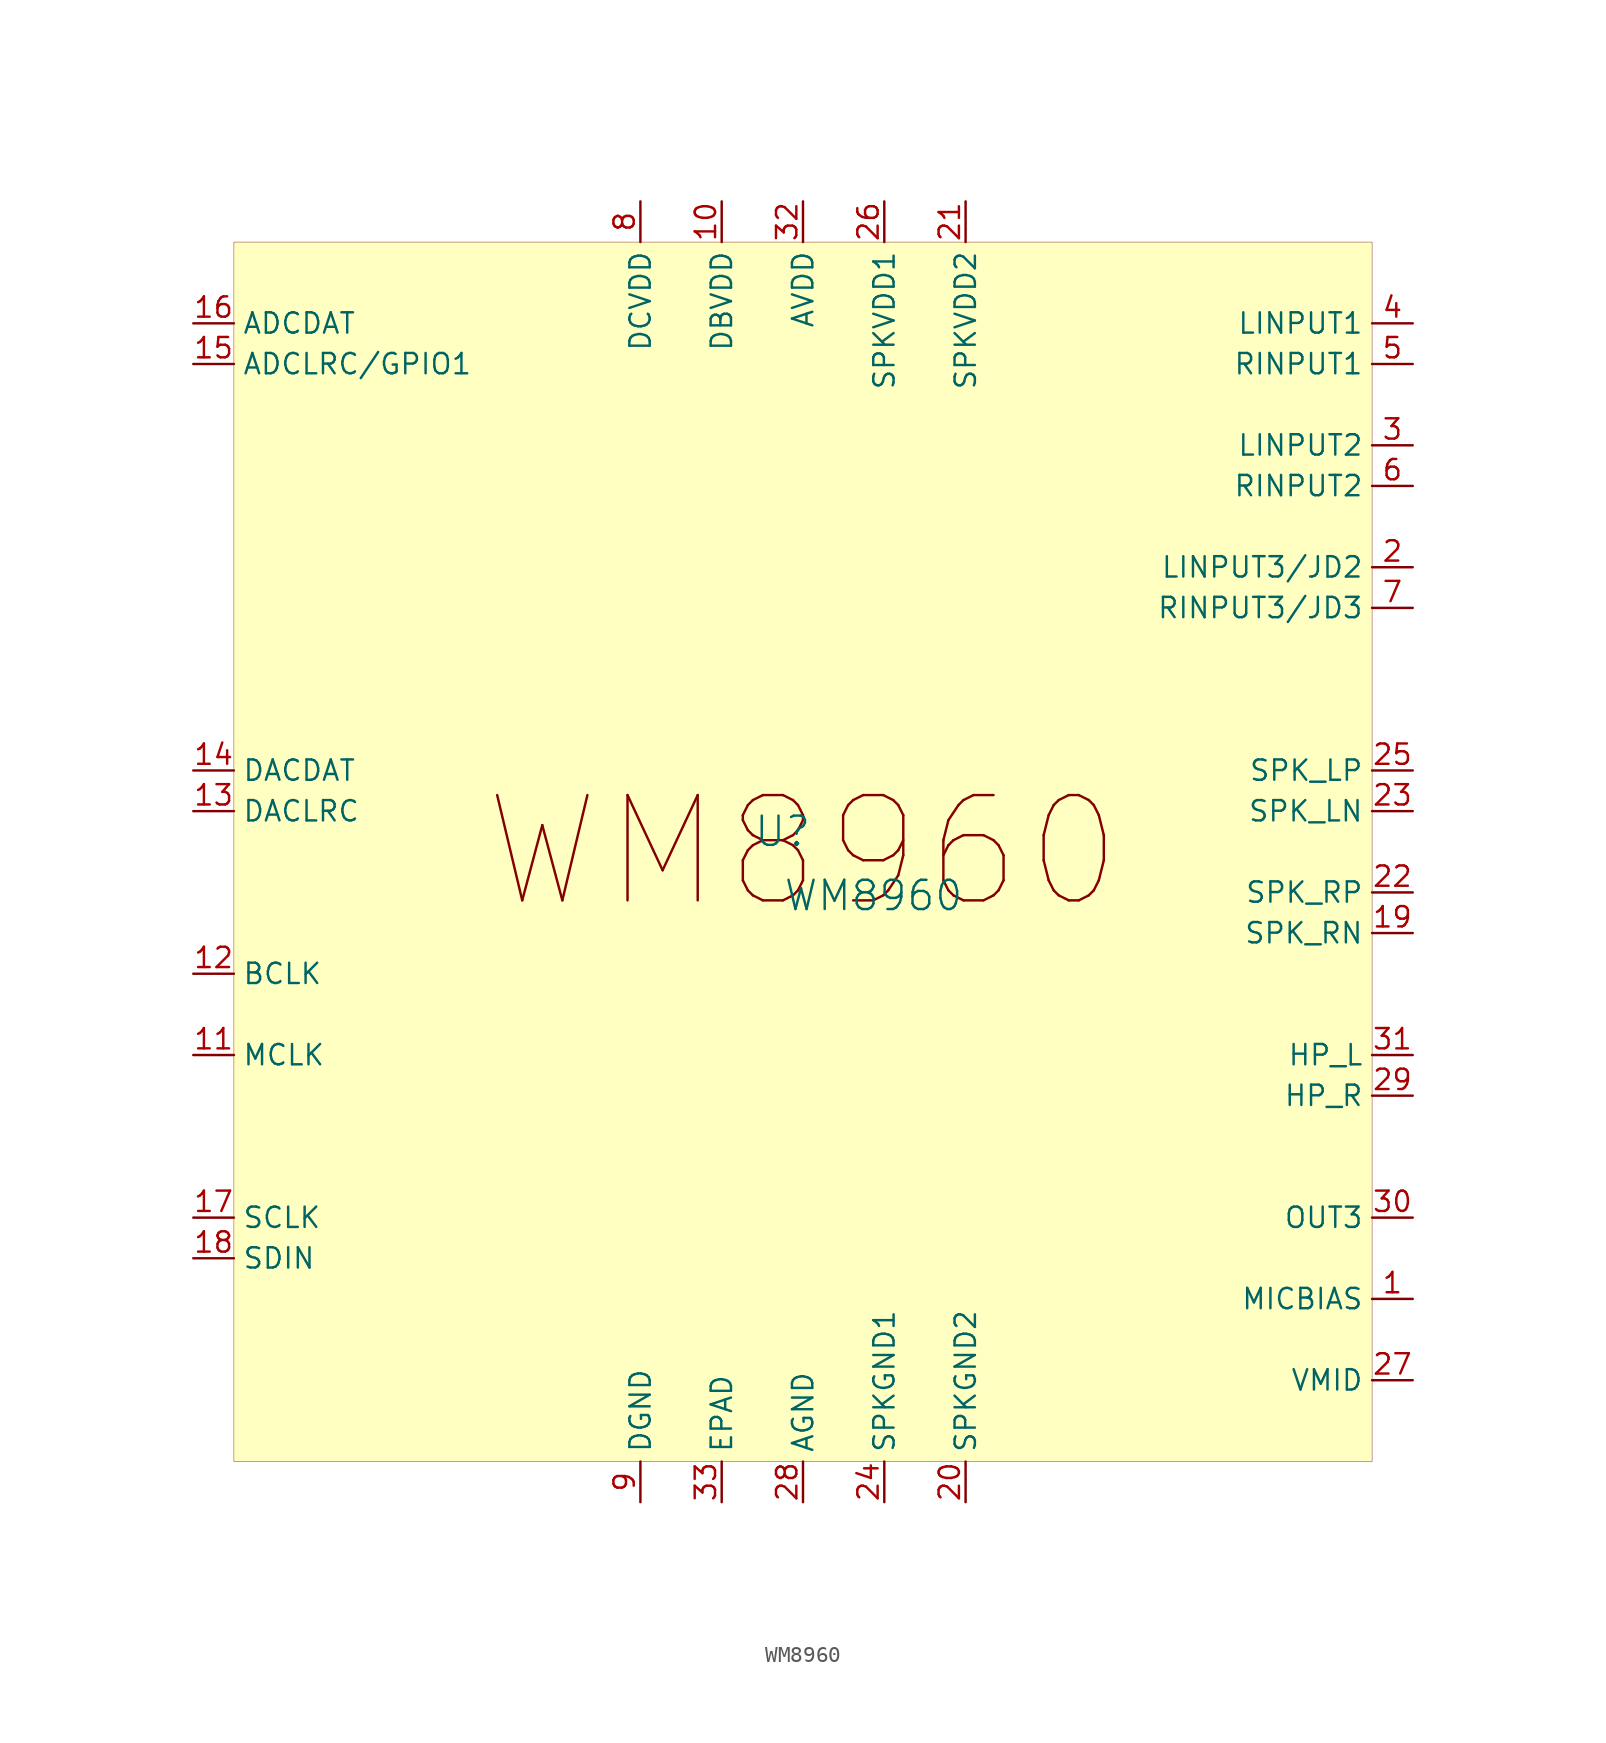
<source format=kicad_sym>
(kicad_symbol_lib
  (version 20231120)
  (generator "kicad_symbol_editor")
  (generator_version "8.0")
  (symbol "WM8960"
    (property "Reference" "U"
      (at -1.27 1.27 0)
      (effects (font (size 1.829 1.829))))
    (property "Value" "WM8960"
      (at -1.27 -3.81 0)
      (effects (font (size 1.829 1.829)) (justify left bottom)))
    (symbol "WM8960_1_0"
      (rectangle (start 35.56 38.1) (end -35.56 -38.1) (stroke (width 0.025) (type solid) (color 128 0 0 1)) (fill (type background)))
      (text "WM8960" (at 0 0 0) (effects (font (size 6.579 6.579))))
      (pin power_in line (at 38.1 -27.94 180) (length 2.54) (name "MICBIAS" (effects (font (size 1.27 1.27)))) (number "1" (effects (font (size 1.27 1.27)))))
      (pin power_in line (at -5.08 40.64 270) (length 2.54) (name "DBVDD" (effects (font (size 1.27 1.27)))) (number "10" (effects (font (size 1.27 1.27)))))
      (pin input line (at -38.1 -12.7 0) (length 2.54) (name "MCLK" (effects (font (size 1.27 1.27)))) (number "11" (effects (font (size 1.27 1.27)))))
      (pin bidirectional line (at -38.1 -7.62 0) (length 2.54) (name "BCLK" (effects (font (size 1.27 1.27)))) (number "12" (effects (font (size 1.27 1.27)))))
      (pin bidirectional line (at -38.1 2.54 0) (length 2.54) (name "DACLRC" (effects (font (size 1.27 1.27)))) (number "13" (effects (font (size 1.27 1.27)))))
      (pin input line (at -38.1 5.08 0) (length 2.54) (name "DACDAT" (effects (font (size 1.27 1.27)))) (number "14" (effects (font (size 1.27 1.27)))))
      (pin bidirectional line (at -38.1 30.48 0) (length 2.54) (name "ADCLRC/GPIO1" (effects (font (size 1.27 1.27)))) (number "15" (effects (font (size 1.27 1.27)))))
      (pin output line (at -38.1 33.02 0) (length 2.54) (name "ADCDAT" (effects (font (size 1.27 1.27)))) (number "16" (effects (font (size 1.27 1.27)))))
      (pin input line (at -38.1 -22.86 0) (length 2.54) (name "SCLK" (effects (font (size 1.27 1.27)))) (number "17" (effects (font (size 1.27 1.27)))))
      (pin bidirectional line (at -38.1 -25.4 0) (length 2.54) (name "SDIN" (effects (font (size 1.27 1.27)))) (number "18" (effects (font (size 1.27 1.27)))))
      (pin output line (at 38.1 -5.08 180) (length 2.54) (name "SPK_RN" (effects (font (size 1.27 1.27)))) (number "19" (effects (font (size 1.27 1.27)))))
      (pin input line (at 38.1 17.78 180) (length 2.54) (name "LINPUT3/JD2" (effects (font (size 1.27 1.27)))) (number "2" (effects (font (size 1.27 1.27)))))
      (pin power_in line (at 10.16 -40.64 90) (length 2.54) (name "SPKGND2" (effects (font (size 1.27 1.27)))) (number "20" (effects (font (size 1.27 1.27)))))
      (pin power_in line (at 10.16 40.64 270) (length 2.54) (name "SPKVDD2" (effects (font (size 1.27 1.27)))) (number "21" (effects (font (size 1.27 1.27)))))
      (pin output line (at 38.1 -2.54 180) (length 2.54) (name "SPK_RP" (effects (font (size 1.27 1.27)))) (number "22" (effects (font (size 1.27 1.27)))))
      (pin output line (at 38.1 2.54 180) (length 2.54) (name "SPK_LN" (effects (font (size 1.27 1.27)))) (number "23" (effects (font (size 1.27 1.27)))))
      (pin power_in line (at 5.08 -40.64 90) (length 2.54) (name "SPKGND1" (effects (font (size 1.27 1.27)))) (number "24" (effects (font (size 1.27 1.27)))))
      (pin output line (at 38.1 5.08 180) (length 2.54) (name "SPK_LP" (effects (font (size 1.27 1.27)))) (number "25" (effects (font (size 1.27 1.27)))))
      (pin power_in line (at 5.08 40.64 270) (length 2.54) (name "SPKVDD1" (effects (font (size 1.27 1.27)))) (number "26" (effects (font (size 1.27 1.27)))))
      (pin power_in line (at 38.1 -33.02 180) (length 2.54) (name "VMID" (effects (font (size 1.27 1.27)))) (number "27" (effects (font (size 1.27 1.27)))))
      (pin power_in line (at 0 -40.64 90) (length 2.54) (name "AGND" (effects (font (size 1.27 1.27)))) (number "28" (effects (font (size 1.27 1.27)))))
      (pin output line (at 38.1 -15.24 180) (length 2.54) (name "HP_R" (effects (font (size 1.27 1.27)))) (number "29" (effects (font (size 1.27 1.27)))))
      (pin input line (at 38.1 25.4 180) (length 2.54) (name "LINPUT2" (effects (font (size 1.27 1.27)))) (number "3" (effects (font (size 1.27 1.27)))))
      (pin output line (at 38.1 -22.86 180) (length 2.54) (name "OUT3" (effects (font (size 1.27 1.27)))) (number "30" (effects (font (size 1.27 1.27)))))
      (pin output line (at 38.1 -12.7 180) (length 2.54) (name "HP_L" (effects (font (size 1.27 1.27)))) (number "31" (effects (font (size 1.27 1.27)))))
      (pin power_in line (at 0 40.64 270) (length 2.54) (name "AVDD" (effects (font (size 1.27 1.27)))) (number "32" (effects (font (size 1.27 1.27)))))
      (pin power_in line (at -5.08 -40.64 90) (length 2.54) (name "EPAD" (effects (font (size 1.27 1.27)))) (number "33" (effects (font (size 1.27 1.27)))))
      (pin input line (at 38.1 33.02 180) (length 2.54) (name "LINPUT1" (effects (font (size 1.27 1.27)))) (number "4" (effects (font (size 1.27 1.27)))))
      (pin input line (at 38.1 30.48 180) (length 2.54) (name "RINPUT1" (effects (font (size 1.27 1.27)))) (number "5" (effects (font (size 1.27 1.27)))))
      (pin input line (at 38.1 22.86 180) (length 2.54) (name "RINPUT2" (effects (font (size 1.27 1.27)))) (number "6" (effects (font (size 1.27 1.27)))))
      (pin input line (at 38.1 15.24 180) (length 2.54) (name "RINPUT3/JD3" (effects (font (size 1.27 1.27)))) (number "7" (effects (font (size 1.27 1.27)))))
      (pin power_in line (at -10.16 40.64 270) (length 2.54) (name "DCVDD" (effects (font (size 1.27 1.27)))) (number "8" (effects (font (size 1.27 1.27)))))
      (pin power_in line (at -10.16 -40.64 90) (length 2.54) (name "DGND" (effects (font (size 1.27 1.27)))) (number "9" (effects (font (size 1.27 1.27))))))))
</source>
